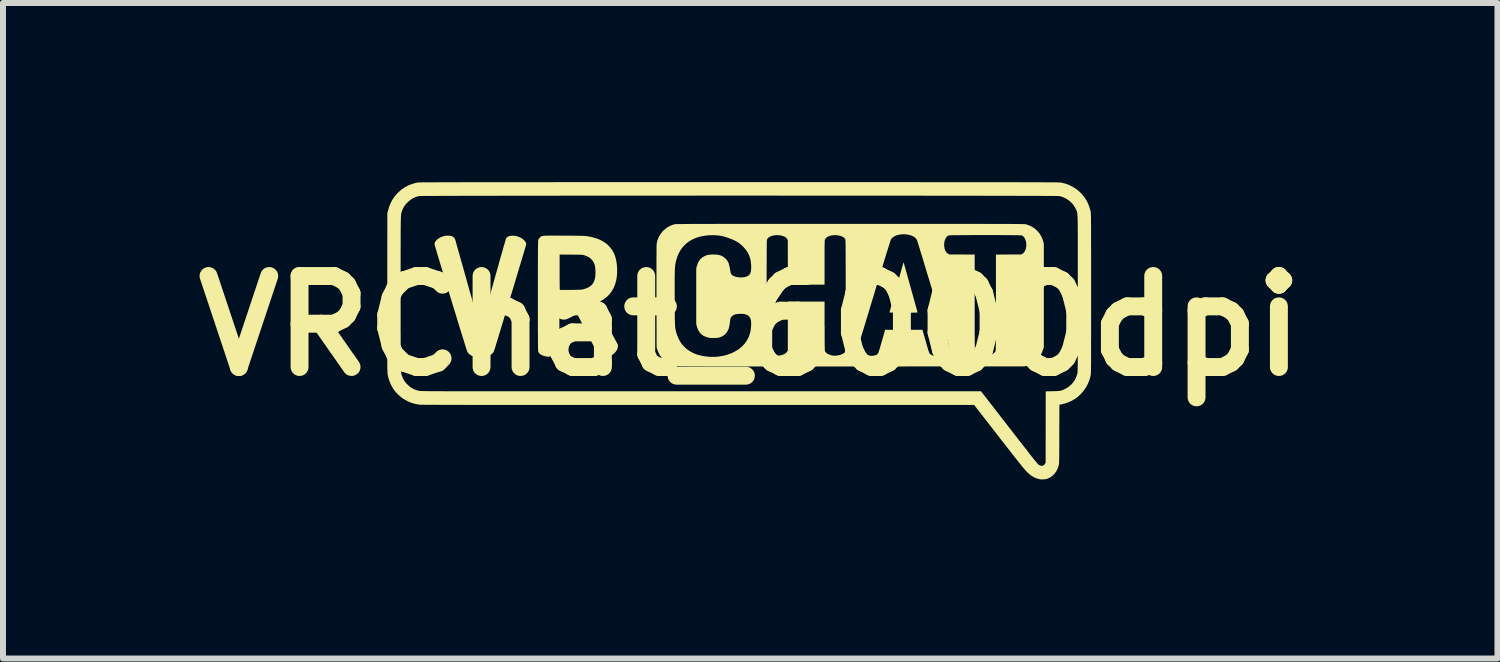
<source format=kicad_pcb>
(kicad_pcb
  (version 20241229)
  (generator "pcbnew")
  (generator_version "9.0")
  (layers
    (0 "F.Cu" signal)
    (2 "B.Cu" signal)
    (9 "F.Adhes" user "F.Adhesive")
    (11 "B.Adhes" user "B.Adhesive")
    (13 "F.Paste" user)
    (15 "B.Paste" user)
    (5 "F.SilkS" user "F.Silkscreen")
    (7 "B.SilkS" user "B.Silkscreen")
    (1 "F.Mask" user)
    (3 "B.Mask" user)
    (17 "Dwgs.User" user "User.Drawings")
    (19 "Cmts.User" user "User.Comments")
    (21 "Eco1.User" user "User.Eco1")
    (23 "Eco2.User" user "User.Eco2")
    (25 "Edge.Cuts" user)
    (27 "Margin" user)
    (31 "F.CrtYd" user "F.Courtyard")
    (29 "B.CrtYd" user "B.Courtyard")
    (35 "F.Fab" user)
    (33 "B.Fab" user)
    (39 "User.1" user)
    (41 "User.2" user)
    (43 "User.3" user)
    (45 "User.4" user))
  (footprint "VRChat_6000dpi"
    (layer "F.Cu")
    (at 9.514 2.407)
    (property "Reference" "VRChat_6000dpi" (at 0 0 0) (layer "F.SilkS") (effects (font (size 1.524 1.524) (thickness 0.3))))
    (attr board_only exclude_from_pos_files exclude_from_bom)
    (fp_poly (pts (xy 2.57 -1.06) (xy 2.571 -1.055) (xy 2.574 -1.047) (xy 2.578 -1.031) (xy 2.585 -1.009) (xy 2.592 -0.98) (xy 2.602 -0.947) (xy 2.612 -0.91) (xy 2.624 -0.868) (xy 2.636 -0.824) (xy 2.649 -0.776) (xy 2.663 -0.728) (xy 2.677 -0.678) (xy 2.691 -0.627) (xy 2.705 -0.577) (xy 2.719 -0.527) (xy 2.732 -0.479) (xy 2.745 -0.433) (xy 2.757 -0.39) (xy 2.768 -0.351) (xy 2.777 -0.315) (xy 2.786 -0.285) (xy 2.793 -0.26) (xy 2.798 -0.241) (xy 2.801 -0.229) (xy 2.802 -0.224) (xy 2.802 -0.224) (xy 2.798 -0.223) (xy 2.786 -0.222) (xy 2.766 -0.222) (xy 2.739 -0.221) (xy 2.705 -0.221) (xy 2.664 -0.22) (xy 2.617 -0.22) (xy 2.568 -0.22) (xy 2.519 -0.22) (xy 2.474 -0.22) (xy 2.435 -0.221) (xy 2.401 -0.221) (xy 2.374 -0.222) (xy 2.353 -0.222) (xy 2.339 -0.223) (xy 2.333 -0.224) (xy 2.333 -0.224) (xy 2.334 -0.229) (xy 2.337 -0.241) (xy 2.342 -0.26) (xy 2.349 -0.285) (xy 2.357 -0.315) (xy 2.367 -0.35) (xy 2.378 -0.39) (xy 2.39 -0.433) (xy 2.403 -0.479) (xy 2.416 -0.527) (xy 2.43 -0.576) (xy 2.444 -0.627) (xy 2.458 -0.677) (xy 2.473 -0.727) (xy 2.486 -0.777) (xy 2.5 -0.824) (xy 2.512 -0.869) (xy 2.524 -0.911) (xy 2.535 -0.949) (xy 2.544 -0.982) (xy 2.552 -1.011) (xy 2.559 -1.034) (xy 2.564 -1.05) (xy 2.567 -1.06) (xy 2.567 -1.062)) (stroke (width 0) (type solid)) (fill yes) (layer "F.SilkS"))
    (fp_poly (pts (xy -5.026 -1.509) (xy -4.995 -1.501) (xy -4.971 -1.488) (xy -4.953 -1.469) (xy -4.941 -1.445) (xy -4.94 -1.441) (xy -4.938 -1.435) (xy -4.934 -1.421) (xy -4.928 -1.4) (xy -4.92 -1.372) (xy -4.911 -1.337) (xy -4.899 -1.296) (xy -4.886 -1.25) (xy -4.871 -1.199) (xy -4.856 -1.142) (xy -4.839 -1.082) (xy -4.82 -1.017) (xy -4.801 -0.949) (xy -4.781 -0.878) (xy -4.76 -0.804) (xy -4.739 -0.728) (xy -4.726 -0.683) (xy -4.705 -0.606) (xy -4.684 -0.532) (xy -4.663 -0.46) (xy -4.644 -0.391) (xy -4.625 -0.325) (xy -4.608 -0.264) (xy -4.592 -0.206) (xy -4.577 -0.154) (xy -4.563 -0.106) (xy -4.551 -0.064) (xy -4.54 -0.028) (xy -4.532 0.002) (xy -4.525 0.025) (xy -4.52 0.041) (xy -4.517 0.05) (xy -4.517 0.052) (xy -4.515 0.047) (xy -4.512 0.035) (xy -4.506 0.016) (xy -4.499 -0.011) (xy -4.489 -0.043) (xy -4.478 -0.083) (xy -4.466 -0.127) (xy -4.452 -0.177) (xy -4.436 -0.232) (xy -4.42 -0.292) (xy -4.402 -0.355) (xy -4.383 -0.423) (xy -4.363 -0.493) (xy -4.343 -0.567) (xy -4.322 -0.643) (xy -4.306 -0.701) (xy -4.284 -0.778) (xy -4.263 -0.854) (xy -4.242 -0.928) (xy -4.222 -0.998) (xy -4.204 -1.065) (xy -4.186 -1.128) (xy -4.169 -1.188) (xy -4.153 -1.242) (xy -4.139 -1.292) (xy -4.127 -1.337) (xy -4.115 -1.375) (xy -4.106 -1.408) (xy -4.098 -1.433) (xy -4.093 -1.452) (xy -4.089 -1.463) (xy -4.088 -1.467) (xy -4.074 -1.483) (xy -4.054 -1.496) (xy -4.029 -1.505) (xy -4 -1.509) (xy -3.968 -1.51) (xy -3.934 -1.507) (xy -3.9 -1.499) (xy -3.866 -1.487) (xy -3.837 -1.473) (xy -3.811 -1.455) (xy -3.788 -1.436) (xy -3.77 -1.414) (xy -3.757 -1.393) (xy -3.751 -1.373) (xy -3.751 -1.367) (xy -3.752 -1.362) (xy -3.756 -1.349) (xy -3.761 -1.33) (xy -3.769 -1.303) (xy -3.779 -1.271) (xy -3.79 -1.232) (xy -3.803 -1.188) (xy -3.818 -1.139) (xy -3.834 -1.085) (xy -3.851 -1.028) (xy -3.87 -0.967) (xy -3.889 -0.902) (xy -3.909 -0.835) (xy -3.93 -0.766) (xy -3.951 -0.695) (xy -3.973 -0.623) (xy -3.995 -0.549) (xy -4.018 -0.475) (xy -4.04 -0.401) (xy -4.062 -0.328) (xy -4.084 -0.255) (xy -4.106 -0.184) (xy -4.127 -0.115) (xy -4.147 -0.047) (xy -4.167 0.017) (xy -4.185 0.079) (xy -4.203 0.137) (xy -4.219 0.19) (xy -4.234 0.24) (xy -4.248 0.284) (xy -4.26 0.323) (xy -4.27 0.357) (xy -4.279 0.384) (xy -4.285 0.404) (xy -4.289 0.417) (xy -4.291 0.422) (xy -4.305 0.448) (xy -4.327 0.471) (xy -4.356 0.491) (xy -4.391 0.508) (xy -4.417 0.517) (xy -4.436 0.521) (xy -4.461 0.524) (xy -4.489 0.526) (xy -4.518 0.528) (xy -4.546 0.528) (xy -4.569 0.527) (xy -4.581 0.525) (xy -4.627 0.514) (xy -4.666 0.499) (xy -4.698 0.479) (xy -4.722 0.456) (xy -4.739 0.43) (xy -4.741 0.424) (xy -4.746 0.41) (xy -4.753 0.388) (xy -4.762 0.36) (xy -4.773 0.326) (xy -4.785 0.286) (xy -4.799 0.241) (xy -4.815 0.191) (xy -4.832 0.136) (xy -4.85 0.078) (xy -4.869 0.016) (xy -4.889 -0.049) (xy -4.91 -0.117) (xy -4.931 -0.187) (xy -4.953 -0.259) (xy -4.976 -0.332) (xy -4.998 -0.406) (xy -5.021 -0.48) (xy -5.043 -0.554) (xy -5.066 -0.628) (xy -5.088 -0.7) (xy -5.11 -0.772) (xy -5.131 -0.841) (xy -5.151 -0.908) (xy -5.17 -0.972) (xy -5.189 -1.033) (xy -5.206 -1.091) (xy -5.222 -1.144) (xy -5.237 -1.193) (xy -5.25 -1.236) (xy -5.261 -1.275) (xy -5.27 -1.307) (xy -5.278 -1.333) (xy -5.283 -1.352) (xy -5.287 -1.364) (xy -5.287 -1.368) (xy -5.283 -1.39) (xy -5.272 -1.413) (xy -5.254 -1.435) (xy -5.229 -1.457) (xy -5.2 -1.475) (xy -5.188 -1.482) (xy -5.148 -1.498) (xy -5.11 -1.508) (xy -5.069 -1.511) (xy -5.063 -1.511)) (stroke (width 0) (type solid)) (fill yes) (layer "F.SilkS"))
    (fp_poly (pts (xy -3.29 -1.511) (xy -3.241 -1.511) (xy -3.185 -1.511) (xy -3.12 -1.51) (xy -3.115 -1.51) (xy -3.051 -1.51) (xy -2.994 -1.51) (xy -2.945 -1.509) (xy -2.902 -1.509) (xy -2.865 -1.508) (xy -2.833 -1.508) (xy -2.806 -1.507) (xy -2.782 -1.506) (xy -2.761 -1.504) (xy -2.743 -1.503) (xy -2.726 -1.501) (xy -2.71 -1.498) (xy -2.695 -1.495) (xy -2.679 -1.492) (xy -2.662 -1.488) (xy -2.644 -1.484) (xy -2.639 -1.483) (xy -2.571 -1.463) (xy -2.508 -1.438) (xy -2.452 -1.406) (xy -2.401 -1.37) (xy -2.357 -1.327) (xy -2.319 -1.28) (xy -2.288 -1.226) (xy -2.273 -1.194) (xy -2.255 -1.141) (xy -2.242 -1.083) (xy -2.233 -1.021) (xy -2.229 -0.957) (xy -2.229 -0.892) (xy -2.234 -0.827) (xy -2.244 -0.765) (xy -2.259 -0.707) (xy -2.265 -0.687) (xy -2.29 -0.629) (xy -2.322 -0.575) (xy -2.36 -0.526) (xy -2.405 -0.482) (xy -2.455 -0.443) (xy -2.509 -0.412) (xy -2.521 -0.406) (xy -2.539 -0.398) (xy -2.556 -0.391) (xy -2.57 -0.386) (xy -2.573 -0.385) (xy -2.583 -0.381) (xy -2.589 -0.377) (xy -2.589 -0.375) (xy -2.587 -0.371) (xy -2.581 -0.359) (xy -2.572 -0.342) (xy -2.559 -0.318) (xy -2.544 -0.29) (xy -2.525 -0.256) (xy -2.505 -0.218) (xy -2.483 -0.176) (xy -2.458 -0.132) (xy -2.433 -0.084) (xy -2.406 -0.034) (xy -2.402 -0.028) (xy -2.216 0.315) (xy -2.216 0.343) (xy -2.22 0.373) (xy -2.232 0.403) (xy -2.251 0.432) (xy -2.277 0.46) (xy -2.308 0.484) (xy -2.345 0.505) (xy -2.367 0.516) (xy -2.395 0.524) (xy -2.425 0.528) (xy -2.455 0.528) (xy -2.481 0.523) (xy -2.488 0.521) (xy -2.506 0.511) (xy -2.525 0.495) (xy -2.534 0.485) (xy -2.539 0.48) (xy -2.544 0.475) (xy -2.549 0.468) (xy -2.554 0.459) (xy -2.561 0.448) (xy -2.569 0.434) (xy -2.579 0.417) (xy -2.59 0.396) (xy -2.603 0.372) (xy -2.619 0.342) (xy -2.637 0.308) (xy -2.658 0.267) (xy -2.682 0.221) (xy -2.709 0.168) (xy -2.735 0.118) (xy -2.761 0.067) (xy -2.787 0.017) (xy -2.812 -0.031) (xy -2.835 -0.077) (xy -2.857 -0.119) (xy -2.877 -0.158) (xy -2.895 -0.192) (xy -2.91 -0.222) (xy -2.922 -0.245) (xy -2.931 -0.263) (xy -2.936 -0.272) (xy -2.961 -0.322) (xy -3.079 -0.322) (xy -3.196 -0.322) (xy -3.196 0.426) (xy -3.206 0.445) (xy -3.221 0.465) (xy -3.243 0.482) (xy -3.271 0.496) (xy -3.305 0.507) (xy -3.341 0.513) (xy -3.378 0.516) (xy -3.414 0.513) (xy -3.449 0.506) (xy -3.48 0.495) (xy -3.508 0.481) (xy -3.53 0.463) (xy -3.545 0.444) (xy -3.548 0.438) (xy -3.549 0.436) (xy -3.55 0.434) (xy -3.55 0.43) (xy -3.551 0.425) (xy -3.552 0.419) (xy -3.552 0.411) (xy -3.553 0.4) (xy -3.553 0.387) (xy -3.554 0.371) (xy -3.554 0.352) (xy -3.554 0.33) (xy -3.555 0.303) (xy -3.555 0.272) (xy -3.555 0.237) (xy -3.555 0.196) (xy -3.555 0.151) (xy -3.556 0.1) (xy -3.556 0.043) (xy -3.556 -0.021) (xy -3.556 -0.091) (xy -3.556 -0.168) (xy -3.556 -0.252) (xy -3.556 -0.344) (xy -3.556 -0.443) (xy -3.556 -0.499) (xy -3.556 -0.608) (xy -3.556 -0.709) (xy -3.556 -0.802) (xy -3.556 -0.887) (xy -3.556 -0.965) (xy -3.556 -1.036) (xy -3.555 -1.1) (xy -3.555 -1.157) (xy -3.555 -1.194) (xy -3.192 -1.194) (xy -3.192 -0.901) (xy -3.192 -0.851) (xy -3.192 -0.805) (xy -3.192 -0.761) (xy -3.191 -0.722) (xy -3.191 -0.687) (xy -3.191 -0.657) (xy -3.19 -0.633) (xy -3.19 -0.616) (xy -3.189 -0.606) (xy -3.189 -0.604) (xy -3.184 -0.603) (xy -3.172 -0.602) (xy -3.153 -0.602) (xy -3.128 -0.602) (xy -3.098 -0.602) (xy -3.065 -0.602) (xy -3.028 -0.602) (xy -3.01 -0.602) (xy -2.966 -0.603) (xy -2.929 -0.603) (xy -2.899 -0.604) (xy -2.875 -0.604) (xy -2.855 -0.605) (xy -2.84 -0.606) (xy -2.826 -0.607) (xy -2.815 -0.609) (xy -2.804 -0.611) (xy -2.794 -0.613) (xy -2.748 -0.627) (xy -2.707 -0.646) (xy -2.672 -0.669) (xy -2.644 -0.697) (xy -2.623 -0.73) (xy -2.621 -0.734) (xy -2.608 -0.765) (xy -2.599 -0.799) (xy -2.594 -0.836) (xy -2.592 -0.878) (xy -2.592 -0.912) (xy -2.594 -0.949) (xy -2.596 -0.979) (xy -2.6 -1.001) (xy -2.601 -1.008) (xy -2.616 -1.051) (xy -2.637 -1.088) (xy -2.665 -1.12) (xy -2.698 -1.146) (xy -2.739 -1.168) (xy -2.778 -1.182) (xy -2.786 -1.184) (xy -2.793 -1.186) (xy -2.801 -1.187) (xy -2.811 -1.189) (xy -2.824 -1.19) (xy -2.839 -1.19) (xy -2.859 -1.191) (xy -2.884 -1.192) (xy -2.914 -1.192) (xy -2.951 -1.192) (xy -2.996 -1.193) (xy -3 -1.193) (xy -3.192 -1.194) (xy -3.555 -1.194) (xy -3.555 -1.209) (xy -3.555 -1.254) (xy -3.554 -1.293) (xy -3.554 -1.328) (xy -3.554 -1.356) (xy -3.553 -1.38) (xy -3.553 -1.4) (xy -3.552 -1.415) (xy -3.552 -1.426) (xy -3.551 -1.433) (xy -3.551 -1.437) (xy -3.544 -1.452) (xy -3.531 -1.468) (xy -3.524 -1.476) (xy -3.518 -1.482) (xy -3.513 -1.488) (xy -3.508 -1.492) (xy -3.502 -1.497) (xy -3.495 -1.5) (xy -3.486 -1.503) (xy -3.475 -1.505) (xy -3.462 -1.507) (xy -3.445 -1.509) (xy -3.424 -1.51) (xy -3.398 -1.51) (xy -3.368 -1.511) (xy -3.332 -1.511)) (stroke (width 0) (type solid)) (fill yes) (layer "F.SilkS"))
    (fp_poly (pts (xy 0.321 -2.407) (xy 0.561 -2.407) (xy 0.793 -2.407) (xy 1.017 -2.407) (xy 1.233 -2.407) (xy 1.442 -2.407) (xy 1.643 -2.407) (xy 1.837 -2.407) (xy 2.024 -2.407) (xy 2.203 -2.407) (xy 2.376 -2.407) (xy 2.542 -2.407) (xy 2.701 -2.407) (xy 2.853 -2.406) (xy 2.999 -2.406) (xy 3.139 -2.406) (xy 3.273 -2.406) (xy 3.401 -2.406) (xy 3.523 -2.406) (xy 3.64 -2.406) (xy 3.75 -2.406) (xy 3.856 -2.406) (xy 3.956 -2.406) (xy 4.051 -2.406) (xy 4.141 -2.406) (xy 4.226 -2.406) (xy 4.306 -2.406) (xy 4.382 -2.406) (xy 4.453 -2.406) (xy 4.52 -2.405) (xy 4.583 -2.405) (xy 4.642 -2.405) (xy 4.696 -2.405) (xy 4.747 -2.405) (xy 4.795 -2.405) (xy 4.839 -2.405) (xy 4.88 -2.404) (xy 4.917 -2.404) (xy 4.951 -2.404) (xy 4.983 -2.404) (xy 5.012 -2.404) (xy 5.038 -2.404) (xy 5.061 -2.403) (xy 5.082 -2.403) (xy 5.101 -2.403) (xy 5.118 -2.403) (xy 5.133 -2.402) (xy 5.146 -2.402) (xy 5.157 -2.402) (xy 5.167 -2.402) (xy 5.175 -2.401) (xy 5.182 -2.401) (xy 5.188 -2.401) (xy 5.193 -2.4) (xy 5.198 -2.4) (xy 5.201 -2.4) (xy 5.204 -2.399) (xy 5.206 -2.399) (xy 5.207 -2.399) (xy 5.275 -2.383) (xy 5.34 -2.359) (xy 5.402 -2.328) (xy 5.46 -2.291) (xy 5.514 -2.247) (xy 5.562 -2.198) (xy 5.605 -2.143) (xy 5.641 -2.084) (xy 5.647 -2.071) (xy 5.676 -2.003) (xy 5.697 -1.933) (xy 5.701 -1.918) (xy 5.702 -1.914) (xy 5.702 -1.91) (xy 5.703 -1.905) (xy 5.703 -1.9) (xy 5.704 -1.893) (xy 5.705 -1.885) (xy 5.705 -1.875) (xy 5.705 -1.862) (xy 5.706 -1.848) (xy 5.706 -1.831) (xy 5.707 -1.81) (xy 5.707 -1.787) (xy 5.707 -1.76) (xy 5.707 -1.73) (xy 5.708 -1.695) (xy 5.708 -1.656) (xy 5.708 -1.613) (xy 5.708 -1.564) (xy 5.708 -1.51) (xy 5.708 -1.451) (xy 5.708 -1.386) (xy 5.708 -1.316) (xy 5.709 -1.238) (xy 5.709 -1.155) (xy 5.709 -1.064) (xy 5.709 -0.966) (xy 5.709 -0.861) (xy 5.709 -0.748) (xy 5.709 -0.627) (xy 5.709 -0.542) (xy 5.709 -0.415) (xy 5.709 -0.297) (xy 5.709 -0.187) (xy 5.709 -0.084) (xy 5.709 0.011) (xy 5.709 0.1) (xy 5.709 0.181) (xy 5.708 0.256) (xy 5.708 0.325) (xy 5.708 0.388) (xy 5.708 0.445) (xy 5.708 0.497) (xy 5.708 0.544) (xy 5.708 0.586) (xy 5.708 0.623) (xy 5.707 0.657) (xy 5.707 0.686) (xy 5.707 0.711) (xy 5.706 0.734) (xy 5.706 0.753) (xy 5.706 0.769) (xy 5.705 0.783) (xy 5.705 0.794) (xy 5.704 0.804) (xy 5.704 0.812) (xy 5.703 0.818) (xy 5.703 0.823) (xy 5.702 0.828) (xy 5.701 0.832) (xy 5.701 0.834) (xy 5.681 0.905) (xy 5.654 0.972) (xy 5.621 1.034) (xy 5.58 1.092) (xy 5.534 1.145) (xy 5.482 1.192) (xy 5.444 1.219) (xy 5.388 1.253) (xy 5.33 1.28) (xy 5.268 1.301) (xy 5.202 1.317) (xy 5.193 1.318) (xy 5.178 1.321) (xy 5.176 1.813) (xy 5.176 1.888) (xy 5.176 1.955) (xy 5.176 2.014) (xy 5.175 2.067) (xy 5.175 2.113) (xy 5.175 2.153) (xy 5.175 2.187) (xy 5.174 2.216) (xy 5.174 2.241) (xy 5.174 2.261) (xy 5.173 2.278) (xy 5.172 2.292) (xy 5.172 2.303) (xy 5.171 2.312) (xy 5.17 2.32) (xy 5.169 2.326) (xy 5.168 2.331) (xy 5.166 2.337) (xy 5.166 2.34) (xy 5.149 2.39) (xy 5.126 2.436) (xy 5.098 2.475) (xy 5.064 2.509) (xy 5.027 2.536) (xy 4.985 2.556) (xy 4.967 2.563) (xy 4.946 2.567) (xy 4.921 2.57) (xy 4.895 2.572) (xy 4.871 2.571) (xy 4.855 2.57) (xy 4.812 2.56) (xy 4.772 2.545) (xy 4.733 2.525) (xy 4.695 2.5) (xy 4.657 2.468) (xy 4.627 2.439) (xy 4.619 2.431) (xy 4.611 2.422) (xy 4.601 2.41) (xy 4.589 2.396) (xy 4.575 2.38) (xy 4.559 2.361) (xy 4.541 2.338) (xy 4.52 2.312) (xy 4.496 2.282) (xy 4.469 2.248) (xy 4.439 2.209) (xy 4.404 2.166) (xy 4.366 2.117) (xy 4.324 2.063) (xy 4.278 2.003) (xy 4.226 1.938) (xy 4.17 1.866) (xy 4.164 1.857) (xy 3.75 1.325) (xy -0.87 1.325) (xy -1.137 1.325) (xy -1.396 1.325) (xy -1.646 1.325) (xy -1.888 1.325) (xy -2.122 1.325) (xy -2.348 1.325) (xy -2.565 1.325) (xy -2.774 1.325) (xy -2.975 1.325) (xy -3.168 1.325) (xy -3.354 1.325) (xy -3.531 1.325) (xy -3.7 1.324) (xy -3.862 1.324) (xy -4.015 1.324) (xy -4.162 1.324) (xy -4.3 1.324) (xy -4.431 1.324) (xy -4.554 1.324) (xy -4.669 1.324) (xy -4.777 1.324) (xy -4.878 1.323) (xy -4.971 1.323) (xy -5.057 1.323) (xy -5.136 1.323) (xy -5.207 1.323) (xy -5.271 1.322) (xy -5.328 1.322) (xy -5.378 1.322) (xy -5.421 1.322) (xy -5.457 1.322) (xy -5.486 1.321) (xy -5.508 1.321) (xy -5.523 1.321) (xy -5.532 1.321) (xy -5.533 1.321) (xy -5.604 1.309) (xy -5.672 1.29) (xy -5.737 1.263) (xy -5.799 1.228) (xy -5.81 1.221) (xy -5.833 1.205) (xy -5.858 1.185) (xy -5.884 1.162) (xy -5.908 1.139) (xy -5.929 1.118) (xy -5.941 1.104) (xy -5.983 1.046) (xy -6.018 0.984) (xy -6.045 0.917) (xy -6.065 0.848) (xy -6.071 0.817) (xy -6.072 0.812) (xy -6.072 0.807) (xy -6.073 0.802) (xy -6.074 0.796) (xy -6.074 0.789) (xy -6.075 0.781) (xy -6.075 0.771) (xy -6.076 0.759) (xy -6.076 0.745) (xy -6.077 0.728) (xy -6.077 0.709) (xy -6.077 0.687) (xy -6.078 0.662) (xy -6.078 0.633) (xy -6.078 0.6) (xy -6.078 0.563) (xy -6.078 0.521) (xy -6.078 0.475) (xy -6.078 0.424) (xy -6.078 0.367) (xy -6.079 0.305) (xy -6.079 0.237) (xy -6.079 0.163) (xy -6.078 0.082) (xy -6.078 -0.006) (xy -6.078 -0.1) (xy -6.078 -0.202) (xy -6.078 -0.311) (xy -6.078 -0.428) (xy -6.078 -0.554) (xy -6.078 -0.559) (xy -6.078 -0.951) (xy -5.855 -0.951) (xy -5.855 -0.846) (xy -5.855 -0.733) (xy -5.855 -0.612) (xy -5.855 -0.542) (xy -5.855 -0.417) (xy -5.855 -0.3) (xy -5.855 -0.191) (xy -5.855 -0.09) (xy -5.855 0.004) (xy -5.855 0.09) (xy -5.854 0.17) (xy -5.854 0.244) (xy -5.854 0.311) (xy -5.854 0.373) (xy -5.854 0.428) (xy -5.854 0.479) (xy -5.854 0.524) (xy -5.853 0.564) (xy -5.853 0.6) (xy -5.853 0.632) (xy -5.853 0.659) (xy -5.852 0.683) (xy -5.852 0.704) (xy -5.852 0.721) (xy -5.851 0.736) (xy -5.851 0.748) (xy -5.85 0.758) (xy -5.85 0.765) (xy -5.849 0.771) (xy -5.848 0.776) (xy -5.848 0.777) (xy -5.836 0.83) (xy -5.817 0.878) (xy -5.792 0.922) (xy -5.759 0.964) (xy -5.749 0.975) (xy -5.707 1.014) (xy -5.662 1.045) (xy -5.614 1.069) (xy -5.561 1.085) (xy -5.548 1.088) (xy -5.546 1.089) (xy -5.543 1.089) (xy -5.54 1.09) (xy -5.537 1.09) (xy -5.533 1.09) (xy -5.527 1.091) (xy -5.521 1.091) (xy -5.513 1.091) (xy -5.504 1.092) (xy -5.494 1.092) (xy -5.482 1.092) (xy -5.468 1.092) (xy -5.452 1.093) (xy -5.434 1.093) (xy -5.414 1.093) (xy -5.391 1.093) (xy -5.366 1.094) (xy -5.338 1.094) (xy -5.307 1.094) (xy -5.274 1.094) (xy -5.237 1.094) (xy -5.197 1.094) (xy -5.153 1.095) (xy -5.106 1.095) (xy -5.055 1.095) (xy -5 1.095) (xy -4.941 1.095) (xy -4.878 1.095) (xy -4.811 1.095) (xy -4.739 1.095) (xy -4.662 1.096) (xy -4.581 1.096) (xy -4.495 1.096) (xy -4.404 1.096) (xy -4.307 1.096) (xy -4.205 1.096) (xy -4.098 1.096) (xy -3.985 1.096) (xy -3.866 1.096) (xy -3.741 1.096) (xy -3.61 1.096) (xy -3.473 1.096) (xy -3.33 1.096) (xy -3.18 1.096) (xy -3.023 1.096) (xy -2.859 1.096) (xy -2.689 1.096) (xy -2.511 1.096) (xy -2.326 1.096) (xy -2.133 1.096) (xy -1.933 1.096) (xy -1.726 1.096) (xy -1.51 1.096) (xy -1.286 1.096) (xy -1.054 1.096) (xy -0.822 1.096) (xy 3.865 1.096) (xy 3.964 1.222) (xy 3.984 1.249) (xy 4.009 1.281) (xy 4.038 1.318) (xy 4.07 1.358) (xy 4.103 1.401) (xy 4.137 1.446) (xy 4.172 1.49) (xy 4.206 1.535) (xy 4.236 1.573) (xy 4.281 1.631) (xy 4.321 1.683) (xy 4.357 1.729) (xy 4.389 1.77) (xy 4.417 1.807) (xy 4.443 1.84) (xy 4.466 1.87) (xy 4.487 1.897) (xy 4.506 1.922) (xy 4.524 1.945) (xy 4.542 1.967) (xy 4.559 1.989) (xy 4.576 2.011) (xy 4.593 2.033) (xy 4.612 2.057) (xy 4.632 2.082) (xy 4.653 2.11) (xy 4.677 2.141) (xy 4.686 2.153) (xy 4.712 2.185) (xy 4.736 2.216) (xy 4.759 2.244) (xy 4.78 2.269) (xy 4.797 2.29) (xy 4.811 2.307) (xy 4.821 2.318) (xy 4.826 2.324) (xy 4.843 2.333) (xy 4.863 2.341) (xy 4.882 2.345) (xy 4.885 2.345) (xy 4.895 2.343) (xy 4.907 2.338) (xy 4.911 2.336) (xy 4.923 2.327) (xy 4.934 2.314) (xy 4.937 2.31) (xy 4.947 2.292) (xy 4.948 1.695) (xy 4.949 1.097) (xy 5.06 1.095) (xy 5.1 1.094) (xy 5.132 1.093) (xy 5.159 1.091) (xy 5.182 1.089) (xy 5.202 1.085) (xy 5.22 1.08) (xy 5.238 1.073) (xy 5.258 1.064) (xy 5.277 1.054) (xy 5.326 1.025) (xy 5.37 0.99) (xy 5.407 0.949) (xy 5.438 0.903) (xy 5.462 0.852) (xy 5.479 0.798) (xy 5.48 0.791) (xy 5.481 0.787) (xy 5.481 0.782) (xy 5.482 0.774) (xy 5.482 0.765) (xy 5.483 0.753) (xy 5.483 0.738) (xy 5.484 0.72) (xy 5.484 0.699) (xy 5.484 0.674) (xy 5.485 0.646) (xy 5.485 0.613) (xy 5.485 0.576) (xy 5.485 0.534) (xy 5.486 0.487) (xy 5.486 0.435) (xy 5.486 0.378) (xy 5.486 0.314) (xy 5.486 0.245) (xy 5.486 0.169) (xy 5.486 0.087) (xy 5.486 -0.002) (xy 5.486 -0.099) (xy 5.486 -0.202) (xy 5.486 -0.314) (xy 5.486 -0.433) (xy 5.486 -0.54) (xy 5.486 -0.666) (xy 5.486 -0.784) (xy 5.486 -0.894) (xy 5.486 -0.996) (xy 5.486 -1.091) (xy 5.486 -1.179) (xy 5.486 -1.26) (xy 5.486 -1.335) (xy 5.486 -1.404) (xy 5.486 -1.466) (xy 5.486 -1.523) (xy 5.486 -1.575) (xy 5.485 -1.622) (xy 5.485 -1.664) (xy 5.485 -1.701) (xy 5.484 -1.735) (xy 5.484 -1.764) (xy 5.483 -1.79) (xy 5.482 -1.812) (xy 5.482 -1.832) (xy 5.481 -1.848) (xy 5.48 -1.862) (xy 5.479 -1.874) (xy 5.477 -1.885) (xy 5.476 -1.893) (xy 5.475 -1.9) (xy 5.473 -1.907) (xy 5.472 -1.912) (xy 5.47 -1.917) (xy 5.468 -1.922) (xy 5.466 -1.927) (xy 5.464 -1.932) (xy 5.461 -1.938) (xy 5.438 -1.985) (xy 5.408 -2.029) (xy 5.372 -2.069) (xy 5.331 -2.104) (xy 5.286 -2.133) (xy 5.237 -2.156) (xy 5.186 -2.172) (xy 5.173 -2.174) (xy 5.167 -2.174) (xy 5.153 -2.175) (xy 5.131 -2.175) (xy 5.101 -2.175) (xy 5.063 -2.176) (xy 5.018 -2.176) (xy 4.965 -2.176) (xy 4.906 -2.176) (xy 4.839 -2.177) (xy 4.766 -2.177) (xy 4.686 -2.177) (xy 4.6 -2.177) (xy 4.508 -2.177) (xy 4.41 -2.178) (xy 4.306 -2.178) (xy 4.197 -2.178) (xy 4.082 -2.178) (xy 3.962 -2.178) (xy 3.837 -2.179) (xy 3.708 -2.179) (xy 3.574 -2.179) (xy 3.435 -2.179) (xy 3.293 -2.179) (xy 3.146 -2.179) (xy 2.996 -2.179) (xy 2.842 -2.18) (xy 2.684 -2.18) (xy 2.524 -2.18) (xy 2.361 -2.18) (xy 2.194 -2.18) (xy 2.025 -2.18) (xy 1.854 -2.18) (xy 1.681 -2.18) (xy 1.505 -2.18) (xy 1.328 -2.18) (xy 1.149 -2.18) (xy 0.969 -2.18) (xy 0.787 -2.18) (xy 0.604 -2.18) (xy 0.421 -2.181) (xy 0.237 -2.181) (xy 0.052 -2.181) (xy -0.133 -2.181) (xy -0.317 -2.181) (xy -0.502 -2.181) (xy -0.686 -2.181) (xy -0.87 -2.181) (xy -1.053 -2.18) (xy -1.236 -2.18) (xy -1.417 -2.18) (xy -1.596 -2.18) (xy -1.775 -2.18) (xy -1.951 -2.18) (xy -2.126 -2.18) (xy -2.298 -2.18) (xy -2.469 -2.18) (xy -2.636 -2.18) (xy -2.801 -2.18) (xy -2.964 -2.18) (xy -3.123 -2.18) (xy -3.279 -2.179) (xy -3.431 -2.179) (xy -3.58 -2.179) (xy -3.724 -2.179) (xy -3.865 -2.179) (xy -4.002 -2.179) (xy -4.134 -2.179) (xy -4.261 -2.178) (xy -4.384 -2.178) (xy -4.502 -2.178) (xy -4.614 -2.178) (xy -4.721 -2.178) (xy -4.822 -2.178) (xy -4.918 -2.177) (xy -5.007 -2.177) (xy -5.091 -2.177) (xy -5.167 -2.177) (xy -5.238 -2.176) (xy -5.301 -2.176) (xy -5.358 -2.176) (xy -5.407 -2.176) (xy -5.449 -2.175) (xy -5.483 -2.175) (xy -5.51 -2.175) (xy -5.529 -2.175) (xy -5.539 -2.174) (xy -5.541 -2.174) (xy -5.594 -2.161) (xy -5.644 -2.139) (xy -5.69 -2.11) (xy -5.735 -2.072) (xy -5.741 -2.066) (xy -5.772 -2.033) (xy -5.796 -1.999) (xy -5.815 -1.964) (xy -5.83 -1.93) (xy -5.832 -1.923) (xy -5.834 -1.918) (xy -5.836 -1.913) (xy -5.838 -1.907) (xy -5.84 -1.902) (xy -5.842 -1.896) (xy -5.843 -1.889) (xy -5.845 -1.881) (xy -5.846 -1.872) (xy -5.847 -1.861) (xy -5.848 -1.848) (xy -5.849 -1.833) (xy -5.85 -1.815) (xy -5.851 -1.794) (xy -5.851 -1.771) (xy -5.852 -1.744) (xy -5.853 -1.713) (xy -5.853 -1.678) (xy -5.853 -1.639) (xy -5.854 -1.595) (xy -5.854 -1.547) (xy -5.854 -1.494) (xy -5.854 -1.435) (xy -5.854 -1.37) (xy -5.855 -1.299) (xy -5.855 -1.222) (xy -5.855 -1.139) (xy -5.855 -1.048) (xy -5.855 -0.951) (xy -6.078 -0.951) (xy -6.077 -1.886) (xy -6.066 -1.93) (xy -6.046 -1.998) (xy -6.021 -2.058) (xy -5.991 -2.115) (xy -5.955 -2.167) (xy -5.912 -2.217) (xy -5.899 -2.229) (xy -5.846 -2.278) (xy -5.788 -2.318) (xy -5.727 -2.352) (xy -5.661 -2.377) (xy -5.592 -2.396) (xy -5.575 -2.399) (xy -5.573 -2.399) (xy -5.57 -2.4) (xy -5.567 -2.4) (xy -5.564 -2.4) (xy -5.559 -2.401) (xy -5.554 -2.401) (xy -5.547 -2.401) (xy -5.54 -2.401) (xy -5.531 -2.402) (xy -5.52 -2.402) (xy -5.509 -2.402) (xy -5.495 -2.403) (xy -5.479 -2.403) (xy -5.462 -2.403) (xy -5.442 -2.403) (xy -5.42 -2.403) (xy -5.396 -2.404) (xy -5.369 -2.404) (xy -5.339 -2.404) (xy -5.307 -2.404) (xy -5.272 -2.404) (xy -5.233 -2.405) (xy -5.191 -2.405) (xy -5.146 -2.405) (xy -5.097 -2.405) (xy -5.045 -2.405) (xy -4.989 -2.405) (xy -4.929 -2.405) (xy -4.865 -2.405) (xy -4.796 -2.406) (xy -4.724 -2.406) (xy -4.646 -2.406) (xy -4.565 -2.406) (xy -4.478 -2.406) (xy -4.386 -2.406) (xy -4.29 -2.406) (xy -4.188 -2.406) (xy -4.081 -2.406) (xy -3.968 -2.406) (xy -3.85 -2.406) (xy -3.726 -2.406) (xy -3.596 -2.406) (xy -3.46 -2.406) (xy -3.318 -2.406) (xy -3.17 -2.407) (xy -3.015 -2.407) (xy -2.854 -2.407) (xy -2.686 -2.407) (xy -2.511 -2.407) (xy -2.329 -2.407) (xy -2.14 -2.407) (xy -1.944 -2.407) (xy -1.741 -2.407) (xy -1.529 -2.407) (xy -1.31 -2.407) (xy -1.084 -2.407) (xy -0.849 -2.407) (xy -0.606 -2.407) (xy 0.072 -2.407)) (stroke (width 0) (type solid)) (fill yes) (layer "F.SilkS"))
    (fp_poly (pts (xy 2.043 -1.708) (xy 2.215 -1.708) (xy 2.379 -1.708) (xy 2.536 -1.708) (xy 2.685 -1.708) (xy 2.826 -1.708) (xy 2.961 -1.708) (xy 3.088 -1.708) (xy 3.209 -1.708) (xy 3.323 -1.708) (xy 3.43 -1.708) (xy 3.532 -1.708) (xy 3.627 -1.708) (xy 3.717 -1.708) (xy 3.801 -1.708) (xy 3.879 -1.708) (xy 3.953 -1.707) (xy 4.021 -1.707) (xy 4.084 -1.707) (xy 4.142 -1.707) (xy 4.196 -1.707) (xy 4.246 -1.707) (xy 4.292 -1.707) (xy 4.333 -1.707) (xy 4.371 -1.706) (xy 4.405 -1.706) (xy 4.436 -1.706) (xy 4.463 -1.706) (xy 4.488 -1.705) (xy 4.509 -1.705) (xy 4.528 -1.705) (xy 4.545 -1.705) (xy 4.559 -1.704) (xy 4.571 -1.704) (xy 4.581 -1.704) (xy 4.59 -1.703) (xy 4.597 -1.703) (xy 4.603 -1.703) (xy 4.607 -1.702) (xy 4.611 -1.702) (xy 4.614 -1.701) (xy 4.616 -1.701) (xy 4.616 -1.701) (xy 4.672 -1.682) (xy 4.723 -1.657) (xy 4.77 -1.625) (xy 4.811 -1.587) (xy 4.847 -1.544) (xy 4.876 -1.495) (xy 4.898 -1.442) (xy 4.908 -1.411) (xy 4.917 -1.374) (xy 4.917 0.358) (xy 4.905 0.395) (xy 4.884 0.45) (xy 4.858 0.5) (xy 4.825 0.544) (xy 4.797 0.572) (xy 4.759 0.605) (xy 4.718 0.631) (xy 4.675 0.653) (xy 4.632 0.668) (xy 4.595 0.679) (xy 1.687 0.68) (xy 1.496 0.68) (xy 1.313 0.68) (xy 1.139 0.68) (xy 0.972 0.68) (xy 0.813 0.68) (xy 0.662 0.68) (xy 0.518 0.68) (xy 0.381 0.68) (xy 0.251 0.68) (xy 0.128 0.68) (xy 0.012 0.68) (xy -0.097 0.68) (xy -0.201 0.68) (xy -0.298 0.68) (xy -0.389 0.68) (xy -0.475 0.68) (xy -0.555 0.68) (xy -0.629 0.68) (xy -0.698 0.68) (xy -0.762 0.68) (xy -0.822 0.679) (xy -0.876 0.679) (xy -0.926 0.679) (xy -0.972 0.679) (xy -1.013 0.679) (xy -1.051 0.679) (xy -1.084 0.678) (xy -1.114 0.678) (xy -1.141 0.678) (xy -1.164 0.678) (xy -1.184 0.677) (xy -1.202 0.677) (xy -1.216 0.677) (xy -1.228 0.676) (xy -1.238 0.676) (xy -1.245 0.676) (xy -1.25 0.675) (xy -1.254 0.675) (xy -1.254 0.675) (xy -1.307 0.661) (xy -1.357 0.64) (xy -1.404 0.611) (xy -1.446 0.576) (xy -1.483 0.536) (xy -1.515 0.489) (xy -1.541 0.438) (xy -1.557 0.396) (xy -1.568 0.358) (xy -1.57 -0.495) (xy -1.57 -0.604) (xy -1.57 -0.68) (xy -1.265 -0.68) (xy -1.265 -0.62) (xy -1.265 -0.552) (xy -1.265 -0.477) (xy -1.265 -0.461) (xy -1.264 -0.387) (xy -1.264 -0.321) (xy -1.264 -0.262) (xy -1.264 -0.21) (xy -1.263 -0.164) (xy -1.263 -0.124) (xy -1.262 -0.09) (xy -1.261 -0.059) (xy -1.26 -0.033) (xy -1.259 -0.011) (xy -1.258 0.008) (xy -1.256 0.025) (xy -1.255 0.04) (xy -1.252 0.054) (xy -1.25 0.066) (xy -1.247 0.079) (xy -1.244 0.091) (xy -1.24 0.105) (xy -1.238 0.113) (xy -1.222 0.162) (xy -1.202 0.21) (xy -1.178 0.256) (xy -1.152 0.297) (xy -1.142 0.31) (xy -1.104 0.352) (xy -1.058 0.392) (xy -1.008 0.427) (xy -0.952 0.456) (xy -0.894 0.48) (xy -0.873 0.486) (xy -0.805 0.503) (xy -0.732 0.514) (xy -0.659 0.52) (xy -0.586 0.519) (xy -0.526 0.514) (xy -0.448 0.501) (xy -0.375 0.481) (xy -0.306 0.455) (xy -0.242 0.422) (xy -0.222 0.409) (xy 0.275 0.409) (xy 0.285 0.428) (xy 0.299 0.447) (xy 0.32 0.465) (xy 0.348 0.48) (xy 0.379 0.491) (xy 0.396 0.495) (xy 0.414 0.498) (xy 0.437 0.499) (xy 0.462 0.499) (xy 0.485 0.498) (xy 0.502 0.496) (xy 0.536 0.487) (xy 0.566 0.475) (xy 0.591 0.46) (xy 0.61 0.442) (xy 0.618 0.431) (xy 0.629 0.413) (xy 0.63 0.003) (xy 0.631 -0.406) (xy 1.245 -0.406) (xy 1.245 -0.003) (xy 1.245 0.066) (xy 1.245 0.131) (xy 1.245 0.189) (xy 1.245 0.242) (xy 1.246 0.288) (xy 1.246 0.328) (xy 1.247 0.361) (xy 1.247 0.386) (xy 1.248 0.404) (xy 1.249 0.413) (xy 1.249 0.415) (xy 1.259 0.436) (xy 1.277 0.455) (xy 1.301 0.471) (xy 1.332 0.485) (xy 1.362 0.494) (xy 1.396 0.499) (xy 1.432 0.499) (xy 1.468 0.495) (xy 1.504 0.487) (xy 1.536 0.476) (xy 1.562 0.461) (xy 1.572 0.453) (xy 1.575 0.451) (xy 1.578 0.449) (xy 1.581 0.447) (xy 1.583 0.445) (xy 1.585 0.442) (xy 1.587 0.439) (xy 1.589 0.434) (xy 1.591 0.428) (xy 1.593 0.42) (xy 1.594 0.41) (xy 1.595 0.398) (xy 1.596 0.383) (xy 1.597 0.364) (xy 1.597 0.363) (xy 1.811 0.363) (xy 1.812 0.374) (xy 1.814 0.383) (xy 1.818 0.393) (xy 1.819 0.396) (xy 1.834 0.418) (xy 1.856 0.439) (xy 1.882 0.458) (xy 1.912 0.475) (xy 1.942 0.487) (xy 1.943 0.487) (xy 1.981 0.497) (xy 2.015 0.502) (xy 2.045 0.502) (xy 2.074 0.498) (xy 2.078 0.497) (xy 2.102 0.49) (xy 2.119 0.482) (xy 2.133 0.471) (xy 2.14 0.461) (xy 2.144 0.453) (xy 2.15 0.439) (xy 2.157 0.418) (xy 2.166 0.389) (xy 2.177 0.354) (xy 2.189 0.31) (xy 2.204 0.259) (xy 2.205 0.256) (xy 2.259 0.066) (xy 2.884 0.066) (xy 2.938 0.254) (xy 2.95 0.296) (xy 2.961 0.334) (xy 2.971 0.369) (xy 2.98 0.399) (xy 2.988 0.424) (xy 2.995 0.443) (xy 2.999 0.455) (xy 3.001 0.459) (xy 3.017 0.476) (xy 3.04 0.49) (xy 3.07 0.499) (xy 3.078 0.5) (xy 3.111 0.502) (xy 3.145 0.499) (xy 3.18 0.492) (xy 3.214 0.48) (xy 3.245 0.465) (xy 3.274 0.447) (xy 3.298 0.427) (xy 3.317 0.406) (xy 3.329 0.383) (xy 3.332 0.372) (xy 3.333 0.357) (xy 3.332 0.341) (xy 3.331 0.339) (xy 3.33 0.334) (xy 3.326 0.32) (xy 3.32 0.3) (xy 3.312 0.273) (xy 3.302 0.239) (xy 3.29 0.2) (xy 3.276 0.155) (xy 3.261 0.105) (xy 3.245 0.051) (xy 3.227 -0.007) (xy 3.209 -0.068) (xy 3.189 -0.133) (xy 3.169 -0.201) (xy 3.148 -0.27) (xy 3.126 -0.341) (xy 3.104 -0.414) (xy 3.082 -0.487) (xy 3.06 -0.561) (xy 3.038 -0.635) (xy 3.016 -0.708) (xy 2.994 -0.78) (xy 2.972 -0.85) (xy 2.951 -0.919) (xy 2.931 -0.985) (xy 2.912 -1.049) (xy 2.894 -1.109) (xy 2.877 -1.165) (xy 2.861 -1.217) (xy 2.846 -1.265) (xy 2.833 -1.308) (xy 2.822 -1.344) (xy 2.814 -1.372) (xy 3.248 -1.372) (xy 3.248 -1.342) (xy 3.253 -1.302) (xy 3.263 -1.268) (xy 3.279 -1.239) (xy 3.299 -1.217) (xy 3.315 -1.207) (xy 3.334 -1.196) (xy 3.759 -1.194) (xy 3.759 -0.393) (xy 3.759 -0.296) (xy 3.759 -0.206) (xy 3.759 -0.124) (xy 3.759 -0.049) (xy 3.759 0.018) (xy 3.759 0.079) (xy 3.759 0.134) (xy 3.76 0.183) (xy 3.76 0.226) (xy 3.76 0.264) (xy 3.761 0.297) (xy 3.761 0.325) (xy 3.762 0.349) (xy 3.762 0.37) (xy 3.763 0.387) (xy 3.764 0.401) (xy 3.765 0.412) (xy 3.767 0.421) (xy 3.768 0.428) (xy 3.77 0.433) (xy 3.772 0.437) (xy 3.774 0.44) (xy 3.776 0.443) (xy 3.779 0.445) (xy 3.781 0.448) (xy 3.784 0.45) (xy 3.807 0.469) (xy 3.836 0.483) (xy 3.869 0.494) (xy 3.906 0.5) (xy 3.944 0.501) (xy 3.983 0.498) (xy 4.008 0.493) (xy 4.04 0.482) (xy 4.067 0.467) (xy 4.089 0.45) (xy 4.104 0.431) (xy 4.11 0.416) (xy 4.111 0.41) (xy 4.111 0.397) (xy 4.112 0.376) (xy 4.112 0.347) (xy 4.113 0.311) (xy 4.113 0.266) (xy 4.114 0.214) (xy 4.114 0.155) (xy 4.114 0.087) (xy 4.114 0.011) (xy 4.115 -0.073) (xy 4.115 -0.166) (xy 4.115 -0.266) (xy 4.115 -0.375) (xy 4.115 -0.397) (xy 4.115 -1.193) (xy 4.328 -1.195) (xy 4.54 -1.196) (xy 4.56 -1.208) (xy 4.58 -1.224) (xy 4.597 -1.247) (xy 4.61 -1.275) (xy 4.619 -1.307) (xy 4.624 -1.342) (xy 4.624 -1.35) (xy 4.622 -1.388) (xy 4.615 -1.422) (xy 4.604 -1.453) (xy 4.59 -1.479) (xy 4.573 -1.499) (xy 4.552 -1.512) (xy 4.544 -1.515) (xy 4.537 -1.516) (xy 4.523 -1.517) (xy 4.501 -1.517) (xy 4.472 -1.518) (xy 4.438 -1.518) (xy 4.398 -1.518) (xy 4.353 -1.519) (xy 4.304 -1.519) (xy 4.251 -1.519) (xy 4.196 -1.52) (xy 4.137 -1.52) (xy 4.077 -1.52) (xy 4.015 -1.52) (xy 3.952 -1.52) (xy 3.89 -1.52) (xy 3.828 -1.52) (xy 3.766 -1.52) (xy 3.707 -1.52) (xy 3.649 -1.519) (xy 3.595 -1.519) (xy 3.544 -1.519) (xy 3.496 -1.518) (xy 3.454 -1.518) (xy 3.416 -1.518) (xy 3.385 -1.517) (xy 3.359 -1.517) (xy 3.341 -1.516) (xy 3.33 -1.515) (xy 3.327 -1.515) (xy 3.306 -1.505) (xy 3.289 -1.49) (xy 3.274 -1.467) (xy 3.27 -1.459) (xy 3.258 -1.43) (xy 3.251 -1.402) (xy 3.248 -1.372) (xy 2.814 -1.372) (xy 2.813 -1.375) (xy 2.805 -1.4) (xy 2.8 -1.417) (xy 2.797 -1.427) (xy 2.796 -1.429) (xy 2.784 -1.451) (xy 2.766 -1.473) (xy 2.743 -1.491) (xy 2.732 -1.497) (xy 2.695 -1.514) (xy 2.654 -1.525) (xy 2.613 -1.532) (xy 2.57 -1.534) (xy 2.529 -1.532) (xy 2.489 -1.526) (xy 2.451 -1.516) (xy 2.418 -1.501) (xy 2.389 -1.483) (xy 2.366 -1.461) (xy 2.356 -1.446) (xy 2.354 -1.441) (xy 2.349 -1.427) (xy 2.343 -1.406) (xy 2.334 -1.379) (xy 2.323 -1.344) (xy 2.31 -1.304) (xy 2.296 -1.258) (xy 2.28 -1.207) (xy 2.263 -1.151) (xy 2.244 -1.091) (xy 2.225 -1.026) (xy 2.204 -0.958) (xy 2.182 -0.887) (xy 2.16 -0.813) (xy 2.136 -0.736) (xy 2.117 -0.671) (xy 2.092 -0.591) (xy 2.069 -0.512) (xy 2.045 -0.435) (xy 2.022 -0.359) (xy 2 -0.286) (xy 1.979 -0.216) (xy 1.959 -0.15) (xy 1.94 -0.087) (xy 1.922 -0.028) (xy 1.906 0.025) (xy 1.891 0.073) (xy 1.878 0.116) (xy 1.867 0.151) (xy 1.859 0.181) (xy 1.852 0.202) (xy 1.849 0.212) (xy 1.837 0.251) (xy 1.827 0.284) (xy 1.82 0.311) (xy 1.815 0.332) (xy 1.812 0.349) (xy 1.811 0.363) (xy 1.597 0.363) (xy 1.598 0.342) (xy 1.598 0.317) (xy 1.599 0.287) (xy 1.599 0.253) (xy 1.599 0.214) (xy 1.6 0.169) (xy 1.6 0.12) (xy 1.6 0.064) (xy 1.6 0.002) (xy 1.6 -0.066) (xy 1.6 -0.141) (xy 1.6 -0.223) (xy 1.6 -0.312) (xy 1.599 -0.41) (xy 1.599 -0.515) (xy 1.599 -0.519) (xy 1.599 -0.623) (xy 1.599 -0.719) (xy 1.599 -0.807) (xy 1.599 -0.888) (xy 1.599 -0.962) (xy 1.598 -1.029) (xy 1.598 -1.089) (xy 1.598 -1.144) (xy 1.598 -1.192) (xy 1.598 -1.236) (xy 1.597 -1.274) (xy 1.597 -1.307) (xy 1.597 -1.336) (xy 1.597 -1.36) (xy 1.596 -1.381) (xy 1.596 -1.399) (xy 1.595 -1.413) (xy 1.595 -1.425) (xy 1.594 -1.434) (xy 1.594 -1.441) (xy 1.593 -1.446) (xy 1.592 -1.45) (xy 1.592 -1.453) (xy 1.591 -1.455) (xy 1.591 -1.455) (xy 1.577 -1.472) (xy 1.556 -1.487) (xy 1.53 -1.5) (xy 1.499 -1.509) (xy 1.465 -1.516) (xy 1.43 -1.519) (xy 1.395 -1.518) (xy 1.363 -1.514) (xy 1.325 -1.504) (xy 1.295 -1.491) (xy 1.273 -1.475) (xy 1.257 -1.456) (xy 1.249 -1.44) (xy 1.248 -1.434) (xy 1.248 -1.423) (xy 1.247 -1.406) (xy 1.246 -1.382) (xy 1.246 -1.352) (xy 1.245 -1.315) (xy 1.245 -1.272) (xy 1.245 -1.22) (xy 1.245 -1.161) (xy 1.245 -1.094) (xy 1.245 -1.058) (xy 1.245 -0.69) (xy 0.631 -0.69) (xy 0.63 -1.064) (xy 0.629 -1.437) (xy 0.618 -1.455) (xy 0.604 -1.474) (xy 0.582 -1.49) (xy 0.554 -1.502) (xy 0.519 -1.512) (xy 0.514 -1.513) (xy 0.477 -1.519) (xy 0.44 -1.519) (xy 0.404 -1.516) (xy 0.37 -1.509) (xy 0.34 -1.498) (xy 0.315 -1.485) (xy 0.295 -1.468) (xy 0.283 -1.45) (xy 0.282 -1.448) (xy 0.282 -1.446) (xy 0.281 -1.442) (xy 0.28 -1.437) (xy 0.279 -1.431) (xy 0.279 -1.423) (xy 0.278 -1.413) (xy 0.278 -1.401) (xy 0.277 -1.385) (xy 0.277 -1.367) (xy 0.277 -1.344) (xy 0.277 -1.318) (xy 0.276 -1.288) (xy 0.276 -1.254) (xy 0.276 -1.214) (xy 0.276 -1.169) (xy 0.276 -1.119) (xy 0.276 -1.063) (xy 0.275 -1) (xy 0.275 -0.931) (xy 0.275 -0.855) (xy 0.275 -0.772) (xy 0.275 -0.682) (xy 0.275 -0.583) (xy 0.275 -0.512) (xy 0.275 0.409) (xy -0.222 0.409) (xy -0.184 0.385) (xy -0.182 0.382) (xy -0.132 0.34) (xy -0.089 0.293) (xy -0.054 0.242) (xy -0.025 0.186) (xy -0.004 0.126) (xy 0.009 0.061) (xy 0.015 0.001) (xy 0.016 -0.046) (xy 0.013 -0.086) (xy 0.005 -0.119) (xy -0.008 -0.145) (xy -0.026 -0.166) (xy -0.05 -0.182) (xy -0.08 -0.193) (xy -0.116 -0.2) (xy -0.148 -0.202) (xy -0.194 -0.201) (xy -0.234 -0.196) (xy -0.268 -0.186) (xy -0.295 -0.171) (xy -0.316 -0.151) (xy -0.328 -0.131) (xy -0.331 -0.121) (xy -0.334 -0.104) (xy -0.337 -0.084) (xy -0.34 -0.062) (xy -0.341 -0.058) (xy -0.345 -0.024) (xy -0.35 0.004) (xy -0.355 0.027) (xy -0.361 0.048) (xy -0.37 0.068) (xy -0.375 0.08) (xy -0.397 0.115) (xy -0.425 0.145) (xy -0.459 0.17) (xy -0.497 0.188) (xy -0.519 0.195) (xy -0.547 0.2) (xy -0.581 0.204) (xy -0.617 0.204) (xy -0.653 0.203) (xy -0.686 0.2) (xy -0.709 0.195) (xy -0.755 0.18) (xy -0.794 0.159) (xy -0.826 0.134) (xy -0.853 0.102) (xy -0.875 0.063) (xy -0.892 0.019) (xy -0.894 0.008) (xy -0.904 -0.028) (xy -0.904 -0.963) (xy -0.894 -0.999) (xy -0.879 -1.045) (xy -0.86 -1.083) (xy -0.837 -1.115) (xy -0.808 -1.141) (xy -0.8 -1.147) (xy -0.77 -1.165) (xy -0.739 -1.179) (xy -0.706 -1.188) (xy -0.669 -1.193) (xy -0.626 -1.195) (xy -0.612 -1.195) (xy -0.565 -1.193) (xy -0.525 -1.187) (xy -0.49 -1.177) (xy -0.46 -1.163) (xy -0.432 -1.143) (xy -0.418 -1.131) (xy -0.398 -1.109) (xy -0.381 -1.087) (xy -0.367 -1.062) (xy -0.357 -1.034) (xy -0.348 -1) (xy -0.34 -0.96) (xy -0.339 -0.948) (xy -0.333 -0.917) (xy -0.328 -0.892) (xy -0.322 -0.874) (xy -0.314 -0.86) (xy -0.304 -0.85) (xy -0.291 -0.841) (xy -0.291 -0.841) (xy -0.259 -0.827) (xy -0.222 -0.817) (xy -0.183 -0.811) (xy -0.142 -0.811) (xy -0.104 -0.814) (xy -0.068 -0.823) (xy -0.047 -0.832) (xy -0.026 -0.845) (xy -0.01 -0.861) (xy 0.001 -0.882) (xy 0.01 -0.908) (xy 0.015 -0.94) (xy 0.016 -0.979) (xy 0.016 -1.011) (xy 0.01 -1.073) (xy -0.001 -1.13) (xy -0.019 -1.183) (xy -0.045 -1.233) (xy -0.078 -1.28) (xy -0.113 -1.321) (xy -0.145 -1.352) (xy -0.177 -1.379) (xy -0.213 -1.403) (xy -0.252 -1.425) (xy -0.296 -1.445) (xy -0.347 -1.465) (xy -0.368 -1.473) (xy -0.409 -1.486) (xy -0.444 -1.497) (xy -0.476 -1.504) (xy -0.509 -1.51) (xy -0.544 -1.514) (xy -0.559 -1.516) (xy -0.633 -1.519) (xy -0.706 -1.516) (xy -0.777 -1.507) (xy -0.846 -1.493) (xy -0.91 -1.472) (xy -0.97 -1.446) (xy -1.024 -1.415) (xy -1.024 -1.415) (xy -1.074 -1.377) (xy -1.119 -1.332) (xy -1.158 -1.282) (xy -1.191 -1.226) (xy -1.219 -1.165) (xy -1.239 -1.101) (xy -1.249 -1.06) (xy -1.251 -1.046) (xy -1.254 -1.031) (xy -1.256 -1.017) (xy -1.258 -1.001) (xy -1.259 -0.984) (xy -1.261 -0.965) (xy -1.262 -0.944) (xy -1.263 -0.919) (xy -1.264 -0.892) (xy -1.264 -0.86) (xy -1.265 -0.823) (xy -1.265 -0.781) (xy -1.265 -0.734) (xy -1.265 -0.68) (xy -1.57 -0.68) (xy -1.57 -0.705) (xy -1.57 -0.798) (xy -1.57 -0.882) (xy -1.57 -0.96) (xy -1.57 -1.03) (xy -1.57 -1.093) (xy -1.57 -1.149) (xy -1.569 -1.198) (xy -1.569 -1.241) (xy -1.569 -1.278) (xy -1.569 -1.309) (xy -1.568 -1.334) (xy -1.568 -1.353) (xy -1.567 -1.367) (xy -1.567 -1.376) (xy -1.566 -1.379) (xy -1.554 -1.433) (xy -1.533 -1.485) (xy -1.505 -1.533) (xy -1.471 -1.578) (xy -1.445 -1.605) (xy -1.401 -1.64) (xy -1.354 -1.669) (xy -1.302 -1.691) (xy -1.267 -1.701) (xy -1.265 -1.701) (xy -1.262 -1.702) (xy -1.259 -1.702) (xy -1.255 -1.702) (xy -1.249 -1.703) (xy -1.242 -1.703) (xy -1.234 -1.704) (xy -1.224 -1.704) (xy -1.212 -1.704) (xy -1.198 -1.705) (xy -1.181 -1.705) (xy -1.163 -1.705) (xy -1.141 -1.705) (xy -1.117 -1.706) (xy -1.09 -1.706) (xy -1.059 -1.706) (xy -1.026 -1.706) (xy -0.988 -1.707) (xy -0.947 -1.707) (xy -0.902 -1.707) (xy -0.853 -1.707) (xy -0.799 -1.707) (xy -0.741 -1.707) (xy -0.678 -1.707) (xy -0.611 -1.707) (xy -0.538 -1.708) (xy -0.46 -1.708) (xy -0.377 -1.708) (xy -0.288 -1.708) (xy -0.193 -1.708) (xy -0.092 -1.708) (xy 0.015 -1.708) (xy 0.129 -1.708) (xy 0.249 -1.708) (xy 0.375 -1.708) (xy 0.509 -1.708) (xy 0.65 -1.708) (xy 0.798 -1.708) (xy 0.954 -1.708) (xy 1.117 -1.708) (xy 1.289 -1.708) (xy 1.468 -1.708) (xy 1.863 -1.708)) (stroke (width 0) (type solid)) (fill yes) (layer "F.SilkS")))
  (gr_rect
    (start -3 -3)
    (end 22.028 7.978)
    (stroke (width 0.1) (type default))
    (fill no)
    (layer "Edge.Cuts")))
</source>
